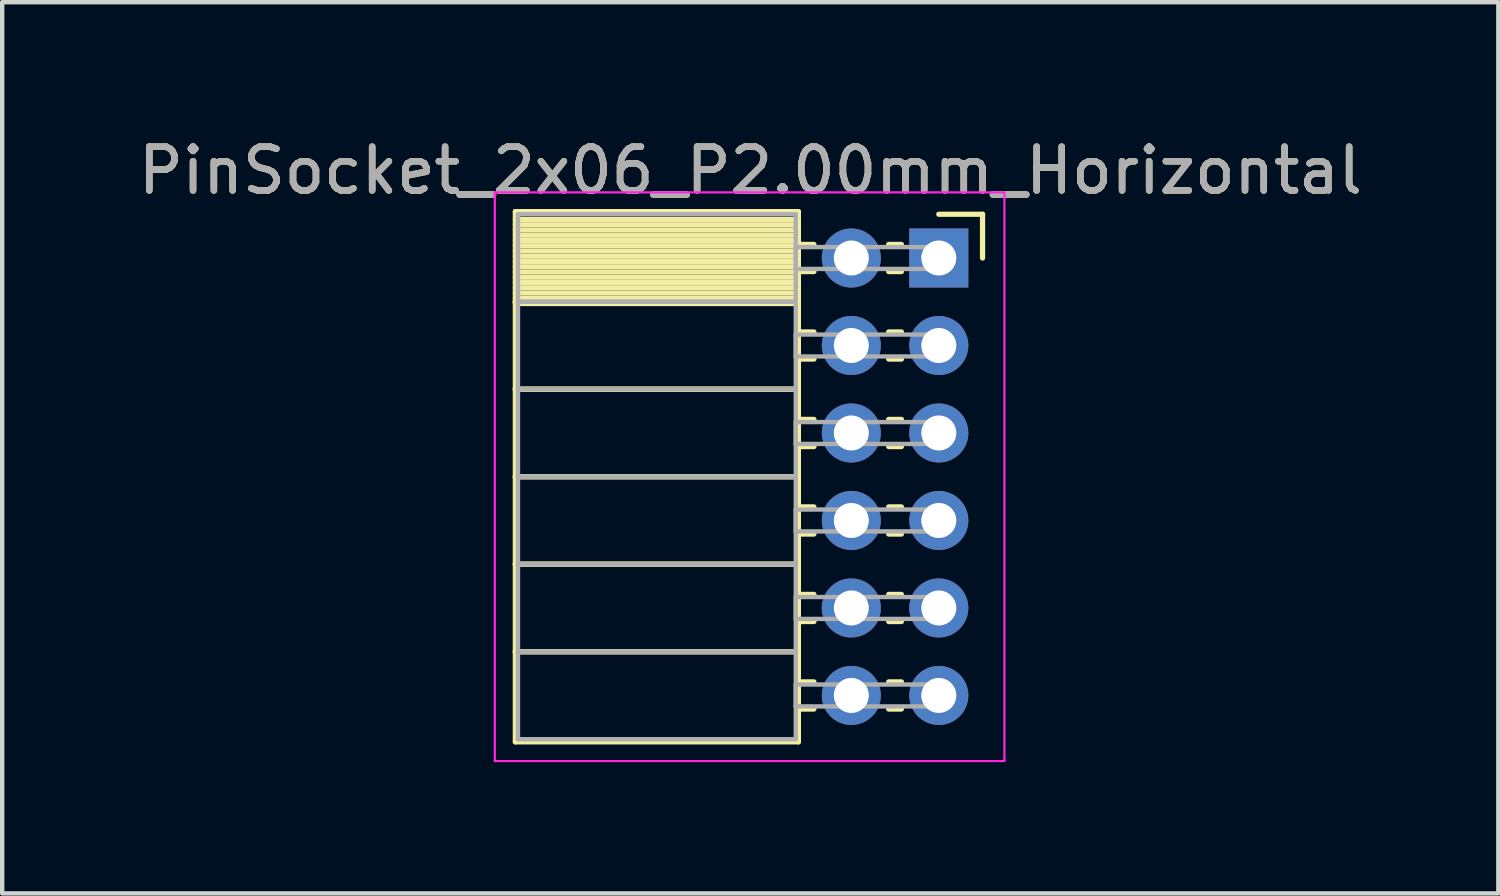
<source format=kicad_pcb>
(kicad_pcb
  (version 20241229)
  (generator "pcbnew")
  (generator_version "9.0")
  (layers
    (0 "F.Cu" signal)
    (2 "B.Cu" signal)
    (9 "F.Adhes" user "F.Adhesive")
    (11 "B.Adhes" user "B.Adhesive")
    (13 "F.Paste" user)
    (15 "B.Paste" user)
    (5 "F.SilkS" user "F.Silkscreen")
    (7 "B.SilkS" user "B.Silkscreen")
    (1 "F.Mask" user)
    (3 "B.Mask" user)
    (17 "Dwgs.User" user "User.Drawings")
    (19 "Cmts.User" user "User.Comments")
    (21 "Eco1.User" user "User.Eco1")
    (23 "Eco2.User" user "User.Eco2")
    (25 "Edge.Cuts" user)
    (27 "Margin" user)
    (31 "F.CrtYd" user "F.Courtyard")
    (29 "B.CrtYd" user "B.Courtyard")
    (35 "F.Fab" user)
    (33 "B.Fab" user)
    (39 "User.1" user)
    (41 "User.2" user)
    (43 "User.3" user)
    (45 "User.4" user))
  (footprint "PinSocket_2x06_P2.00mm_Horizontal"
    (layer "F.Cu")
    (at 18.411 2.848)
    (property "Reference" "PinSocket_2x06_P2.00mm_Horizontal" (at -4.31 -2 0) (layer "F.SilkS") (effects (font (size 1 1) (thickness 0.15))))
    (attr through_hole)
    (fp_line (start -9.68 -1.06) (end -3.21 -1.06) (stroke (width 0.12) (type solid)) (layer "F.SilkS"))
    (fp_line (start -9.68 1) (end -9.68 -1.06) (stroke (width 0.12) (type solid)) (layer "F.SilkS"))
    (fp_line (start -9.68 1) (end -3.21 1) (stroke (width 0.12) (type solid)) (layer "F.SilkS"))
    (fp_line (start -9.68 3) (end -9.68 1) (stroke (width 0.12) (type solid)) (layer "F.SilkS"))
    (fp_line (start -9.68 3) (end -3.21 3) (stroke (width 0.12) (type solid)) (layer "F.SilkS"))
    (fp_line (start -9.68 5) (end -9.68 3) (stroke (width 0.12) (type solid)) (layer "F.SilkS"))
    (fp_line (start -9.68 5) (end -3.21 5) (stroke (width 0.12) (type solid)) (layer "F.SilkS"))
    (fp_line (start -9.68 7) (end -9.68 5) (stroke (width 0.12) (type solid)) (layer "F.SilkS"))
    (fp_line (start -9.68 7) (end -3.21 7) (stroke (width 0.12) (type solid)) (layer "F.SilkS"))
    (fp_line (start -9.68 9) (end -9.68 7) (stroke (width 0.12) (type solid)) (layer "F.SilkS"))
    (fp_line (start -9.68 9) (end -3.21 9) (stroke (width 0.12) (type solid)) (layer "F.SilkS"))
    (fp_line (start -9.68 11.06) (end -9.68 9) (stroke (width 0.12) (type solid)) (layer "F.SilkS"))
    (fp_line (start -3.21 -1.06) (end -3.21 1) (stroke (width 0.12) (type solid)) (layer "F.SilkS"))
    (fp_line (start -3.21 -0.88) (end -9.68 -0.88) (stroke (width 0.12) (type solid)) (layer "F.SilkS"))
    (fp_line (start -3.21 -0.76) (end -9.68 -0.76) (stroke (width 0.12) (type solid)) (layer "F.SilkS"))
    (fp_line (start -3.21 -0.64) (end -9.68 -0.64) (stroke (width 0.12) (type solid)) (layer "F.SilkS"))
    (fp_line (start -3.21 -0.52) (end -9.68 -0.52) (stroke (width 0.12) (type solid)) (layer "F.SilkS"))
    (fp_line (start -3.21 -0.4) (end -9.68 -0.4) (stroke (width 0.12) (type solid)) (layer "F.SilkS"))
    (fp_line (start -3.21 -0.28) (end -9.68 -0.28) (stroke (width 0.12) (type solid)) (layer "F.SilkS"))
    (fp_line (start -3.21 -0.16) (end -9.68 -0.16) (stroke (width 0.12) (type solid)) (layer "F.SilkS"))
    (fp_line (start -3.21 -0.04) (end -9.68 -0.04) (stroke (width 0.12) (type solid)) (layer "F.SilkS"))
    (fp_line (start -3.21 0.08) (end -9.68 0.08) (stroke (width 0.12) (type solid)) (layer "F.SilkS"))
    (fp_line (start -3.21 0.2) (end -9.68 0.2) (stroke (width 0.12) (type solid)) (layer "F.SilkS"))
    (fp_line (start -3.21 0.32) (end -9.68 0.32) (stroke (width 0.12) (type solid)) (layer "F.SilkS"))
    (fp_line (start -3.21 0.44) (end -9.68 0.44) (stroke (width 0.12) (type solid)) (layer "F.SilkS"))
    (fp_line (start -3.21 0.56) (end -9.68 0.56) (stroke (width 0.12) (type solid)) (layer "F.SilkS"))
    (fp_line (start -3.21 0.68) (end -9.68 0.68) (stroke (width 0.12) (type solid)) (layer "F.SilkS"))
    (fp_line (start -3.21 0.8) (end -9.68 0.8) (stroke (width 0.12) (type solid)) (layer "F.SilkS"))
    (fp_line (start -3.21 0.92) (end -9.68 0.92) (stroke (width 0.12) (type solid)) (layer "F.SilkS"))
    (fp_line (start -3.21 1) (end -9.68 1) (stroke (width 0.12) (type solid)) (layer "F.SilkS"))
    (fp_line (start -3.21 1) (end -3.21 3) (stroke (width 0.12) (type solid)) (layer "F.SilkS"))
    (fp_line (start -3.21 1.04) (end -9.68 1.04) (stroke (width 0.12) (type solid)) (layer "F.SilkS"))
    (fp_line (start -3.21 3) (end -9.68 3) (stroke (width 0.12) (type solid)) (layer "F.SilkS"))
    (fp_line (start -3.21 3) (end -3.21 5) (stroke (width 0.12) (type solid)) (layer "F.SilkS"))
    (fp_line (start -3.21 5) (end -9.68 5) (stroke (width 0.12) (type solid)) (layer "F.SilkS"))
    (fp_line (start -3.21 5) (end -3.21 7) (stroke (width 0.12) (type solid)) (layer "F.SilkS"))
    (fp_line (start -3.21 7) (end -9.68 7) (stroke (width 0.12) (type solid)) (layer "F.SilkS"))
    (fp_line (start -3.21 7) (end -3.21 9) (stroke (width 0.12) (type solid)) (layer "F.SilkS"))
    (fp_line (start -3.21 9) (end -9.68 9) (stroke (width 0.12) (type solid)) (layer "F.SilkS"))
    (fp_line (start -3.21 9) (end -3.21 11.06) (stroke (width 0.12) (type solid)) (layer "F.SilkS"))
    (fp_line (start -3.21 11.06) (end -9.68 11.06) (stroke (width 0.12) (type solid)) (layer "F.SilkS"))
    (fp_line (start -2.855 -0.31) (end -3.21 -0.31) (stroke (width 0.12) (type solid)) (layer "F.SilkS"))
    (fp_line (start -2.855 0.31) (end -3.21 0.31) (stroke (width 0.12) (type solid)) (layer "F.SilkS"))
    (fp_line (start -2.855 1.69) (end -3.21 1.69) (stroke (width 0.12) (type solid)) (layer "F.SilkS"))
    (fp_line (start -2.855 2.31) (end -3.21 2.31) (stroke (width 0.12) (type solid)) (layer "F.SilkS"))
    (fp_line (start -2.855 3.69) (end -3.21 3.69) (stroke (width 0.12) (type solid)) (layer "F.SilkS"))
    (fp_line (start -2.855 4.31) (end -3.21 4.31) (stroke (width 0.12) (type solid)) (layer "F.SilkS"))
    (fp_line (start -2.855 5.69) (end -3.21 5.69) (stroke (width 0.12) (type solid)) (layer "F.SilkS"))
    (fp_line (start -2.855 6.31) (end -3.21 6.31) (stroke (width 0.12) (type solid)) (layer "F.SilkS"))
    (fp_line (start -2.855 7.69) (end -3.21 7.69) (stroke (width 0.12) (type solid)) (layer "F.SilkS"))
    (fp_line (start -2.855 8.31) (end -3.21 8.31) (stroke (width 0.12) (type solid)) (layer "F.SilkS"))
    (fp_line (start -2.855 9.69) (end -3.21 9.69) (stroke (width 0.12) (type solid)) (layer "F.SilkS"))
    (fp_line (start -2.855 10.31) (end -3.21 10.31) (stroke (width 0.12) (type solid)) (layer "F.SilkS"))
    (fp_line (start -0.855 -0.31) (end -1.145 -0.31) (stroke (width 0.12) (type solid)) (layer "F.SilkS"))
    (fp_line (start -0.855 0.31) (end -1.145 0.31) (stroke (width 0.12) (type solid)) (layer "F.SilkS"))
    (fp_line (start -0.855 1.69) (end -1.145 1.69) (stroke (width 0.12) (type solid)) (layer "F.SilkS"))
    (fp_line (start -0.855 2.31) (end -1.145 2.31) (stroke (width 0.12) (type solid)) (layer "F.SilkS"))
    (fp_line (start -0.855 3.69) (end -1.145 3.69) (stroke (width 0.12) (type solid)) (layer "F.SilkS"))
    (fp_line (start -0.855 4.31) (end -1.145 4.31) (stroke (width 0.12) (type solid)) (layer "F.SilkS"))
    (fp_line (start -0.855 5.69) (end -1.145 5.69) (stroke (width 0.12) (type solid)) (layer "F.SilkS"))
    (fp_line (start -0.855 6.31) (end -1.145 6.31) (stroke (width 0.12) (type solid)) (layer "F.SilkS"))
    (fp_line (start -0.855 7.69) (end -1.145 7.69) (stroke (width 0.12) (type solid)) (layer "F.SilkS"))
    (fp_line (start -0.855 8.31) (end -1.145 8.31) (stroke (width 0.12) (type solid)) (layer "F.SilkS"))
    (fp_line (start -0.855 9.69) (end -1.145 9.69) (stroke (width 0.12) (type solid)) (layer "F.SilkS"))
    (fp_line (start -0.855 10.31) (end -1.145 10.31) (stroke (width 0.12) (type solid)) (layer "F.SilkS"))
    (fp_line (start 0 -1) (end 1 -1) (stroke (width 0.12) (type solid)) (layer "F.SilkS"))
    (fp_line (start 1 -1) (end 1 0) (stroke (width 0.12) (type solid)) (layer "F.SilkS"))
    (fp_line (start -10.15 -1.5) (end 1.5 -1.5) (stroke (width 0.05) (type solid)) (layer "F.CrtYd"))
    (fp_line (start -10.15 11.5) (end -10.15 -1.5) (stroke (width 0.05) (type solid)) (layer "F.CrtYd"))
    (fp_line (start 1.5 -1.5) (end 1.5 11.5) (stroke (width 0.05) (type solid)) (layer "F.CrtYd"))
    (fp_line (start 1.5 11.5) (end -10.15 11.5) (stroke (width 0.05) (type solid)) (layer "F.CrtYd"))
    (fp_line (start -9.62 -1) (end -3.27 -1) (stroke (width 0.1) (type solid)) (layer "F.Fab"))
    (fp_line (start -9.62 1) (end -9.62 -1) (stroke (width 0.1) (type solid)) (layer "F.Fab"))
    (fp_line (start -9.62 1) (end -3.27 1) (stroke (width 0.1) (type solid)) (layer "F.Fab"))
    (fp_line (start -9.62 3) (end -9.62 1) (stroke (width 0.1) (type solid)) (layer "F.Fab"))
    (fp_line (start -9.62 3) (end -3.27 3) (stroke (width 0.1) (type solid)) (layer "F.Fab"))
    (fp_line (start -9.62 5) (end -9.62 3) (stroke (width 0.1) (type solid)) (layer "F.Fab"))
    (fp_line (start -9.62 5) (end -3.27 5) (stroke (width 0.1) (type solid)) (layer "F.Fab"))
    (fp_line (start -9.62 7) (end -9.62 5) (stroke (width 0.1) (type solid)) (layer "F.Fab"))
    (fp_line (start -9.62 7) (end -3.27 7) (stroke (width 0.1) (type solid)) (layer "F.Fab"))
    (fp_line (start -9.62 9) (end -9.62 7) (stroke (width 0.1) (type solid)) (layer "F.Fab"))
    (fp_line (start -9.62 9) (end -3.27 9) (stroke (width 0.1) (type solid)) (layer "F.Fab"))
    (fp_line (start -9.62 11) (end -9.62 9) (stroke (width 0.1) (type solid)) (layer "F.Fab"))
    (fp_line (start -3.27 -1) (end -3.27 1) (stroke (width 0.1) (type solid)) (layer "F.Fab"))
    (fp_line (start -3.27 -0.25) (end 0 -0.25) (stroke (width 0.1) (type solid)) (layer "F.Fab"))
    (fp_line (start -3.27 0.25) (end -3.27 -0.25) (stroke (width 0.1) (type solid)) (layer "F.Fab"))
    (fp_line (start -3.27 1) (end -9.62 1) (stroke (width 0.1) (type solid)) (layer "F.Fab"))
    (fp_line (start -3.27 1) (end -3.27 3) (stroke (width 0.1) (type solid)) (layer "F.Fab"))
    (fp_line (start -3.27 1.75) (end 0 1.75) (stroke (width 0.1) (type solid)) (layer "F.Fab"))
    (fp_line (start -3.27 2.25) (end -3.27 1.75) (stroke (width 0.1) (type solid)) (layer "F.Fab"))
    (fp_line (start -3.27 3) (end -9.62 3) (stroke (width 0.1) (type solid)) (layer "F.Fab"))
    (fp_line (start -3.27 3) (end -3.27 5) (stroke (width 0.1) (type solid)) (layer "F.Fab"))
    (fp_line (start -3.27 3.75) (end 0 3.75) (stroke (width 0.1) (type solid)) (layer "F.Fab"))
    (fp_line (start -3.27 4.25) (end -3.27 3.75) (stroke (width 0.1) (type solid)) (layer "F.Fab"))
    (fp_line (start -3.27 5) (end -9.62 5) (stroke (width 0.1) (type solid)) (layer "F.Fab"))
    (fp_line (start -3.27 5) (end -3.27 7) (stroke (width 0.1) (type solid)) (layer "F.Fab"))
    (fp_line (start -3.27 5.75) (end 0 5.75) (stroke (width 0.1) (type solid)) (layer "F.Fab"))
    (fp_line (start -3.27 6.25) (end -3.27 5.75) (stroke (width 0.1) (type solid)) (layer "F.Fab"))
    (fp_line (start -3.27 7) (end -9.62 7) (stroke (width 0.1) (type solid)) (layer "F.Fab"))
    (fp_line (start -3.27 7) (end -3.27 9) (stroke (width 0.1) (type solid)) (layer "F.Fab"))
    (fp_line (start -3.27 7.75) (end 0 7.75) (stroke (width 0.1) (type solid)) (layer "F.Fab"))
    (fp_line (start -3.27 8.25) (end -3.27 7.75) (stroke (width 0.1) (type solid)) (layer "F.Fab"))
    (fp_line (start -3.27 9) (end -9.62 9) (stroke (width 0.1) (type solid)) (layer "F.Fab"))
    (fp_line (start -3.27 9) (end -3.27 11) (stroke (width 0.1) (type solid)) (layer "F.Fab"))
    (fp_line (start -3.27 9.75) (end 0 9.75) (stroke (width 0.1) (type solid)) (layer "F.Fab"))
    (fp_line (start -3.27 10.25) (end -3.27 9.75) (stroke (width 0.1) (type solid)) (layer "F.Fab"))
    (fp_line (start -3.27 11) (end -9.62 11) (stroke (width 0.1) (type solid)) (layer "F.Fab"))
    (fp_line (start 0 -0.25) (end 0 0.25) (stroke (width 0.1) (type solid)) (layer "F.Fab"))
    (fp_line (start 0 0.25) (end -3.27 0.25) (stroke (width 0.1) (type solid)) (layer "F.Fab"))
    (fp_line (start 0 1.75) (end 0 2.25) (stroke (width 0.1) (type solid)) (layer "F.Fab"))
    (fp_line (start 0 2.25) (end -3.27 2.25) (stroke (width 0.1) (type solid)) (layer "F.Fab"))
    (fp_line (start 0 3.75) (end 0 4.25) (stroke (width 0.1) (type solid)) (layer "F.Fab"))
    (fp_line (start 0 4.25) (end -3.27 4.25) (stroke (width 0.1) (type solid)) (layer "F.Fab"))
    (fp_line (start 0 5.75) (end 0 6.25) (stroke (width 0.1) (type solid)) (layer "F.Fab"))
    (fp_line (start 0 6.25) (end -3.27 6.25) (stroke (width 0.1) (type solid)) (layer "F.Fab"))
    (fp_line (start 0 7.75) (end 0 8.25) (stroke (width 0.1) (type solid)) (layer "F.Fab"))
    (fp_line (start 0 8.25) (end -3.27 8.25) (stroke (width 0.1) (type solid)) (layer "F.Fab"))
    (fp_line (start 0 9.75) (end 0 10.25) (stroke (width 0.1) (type solid)) (layer "F.Fab"))
    (fp_line (start 0 10.25) (end -3.27 10.25) (stroke (width 0.1) (type solid)) (layer "F.Fab"))
    (fp_text user "${REFERENCE}" (at -4.31 -2 0) (layer "F.Fab") (effects (font (size 1 1) (thickness 0.15))))
    (pad "1" thru_hole rect (at 0 0) (size 1.35 1.35) (drill 0.8) (layers "*.Cu" "*.Mask"))
    (pad "2" thru_hole oval (at -2 0) (size 1.35 1.35) (drill 0.8) (layers "*.Cu" "*.Mask"))
    (pad "3" thru_hole oval (at 0 2) (size 1.35 1.35) (drill 0.8) (layers "*.Cu" "*.Mask"))
    (pad "4" thru_hole oval (at -2 2) (size 1.35 1.35) (drill 0.8) (layers "*.Cu" "*.Mask"))
    (pad "5" thru_hole oval (at 0 4) (size 1.35 1.35) (drill 0.8) (layers "*.Cu" "*.Mask"))
    (pad "6" thru_hole oval (at -2 4) (size 1.35 1.35) (drill 0.8) (layers "*.Cu" "*.Mask"))
    (pad "7" thru_hole oval (at 0 6) (size 1.35 1.35) (drill 0.8) (layers "*.Cu" "*.Mask"))
    (pad "8" thru_hole oval (at -2 6) (size 1.35 1.35) (drill 0.8) (layers "*.Cu" "*.Mask"))
    (pad "9" thru_hole oval (at 0 8) (size 1.35 1.35) (drill 0.8) (layers "*.Cu" "*.Mask"))
    (pad "10" thru_hole oval (at -2 8) (size 1.35 1.35) (drill 0.8) (layers "*.Cu" "*.Mask"))
    (pad "11" thru_hole oval (at 0 10) (size 1.35 1.35) (drill 0.8) (layers "*.Cu" "*.Mask"))
    (pad "12" thru_hole oval (at -2 10) (size 1.35 1.35) (drill 0.8) (layers "*.Cu" "*.Mask")))
  (gr_rect
    (start -3 -3)
    (end 31.202 17.373)
    (stroke (width 0.1) (type default))
    (fill no)
    (layer "Edge.Cuts")))
</source>
